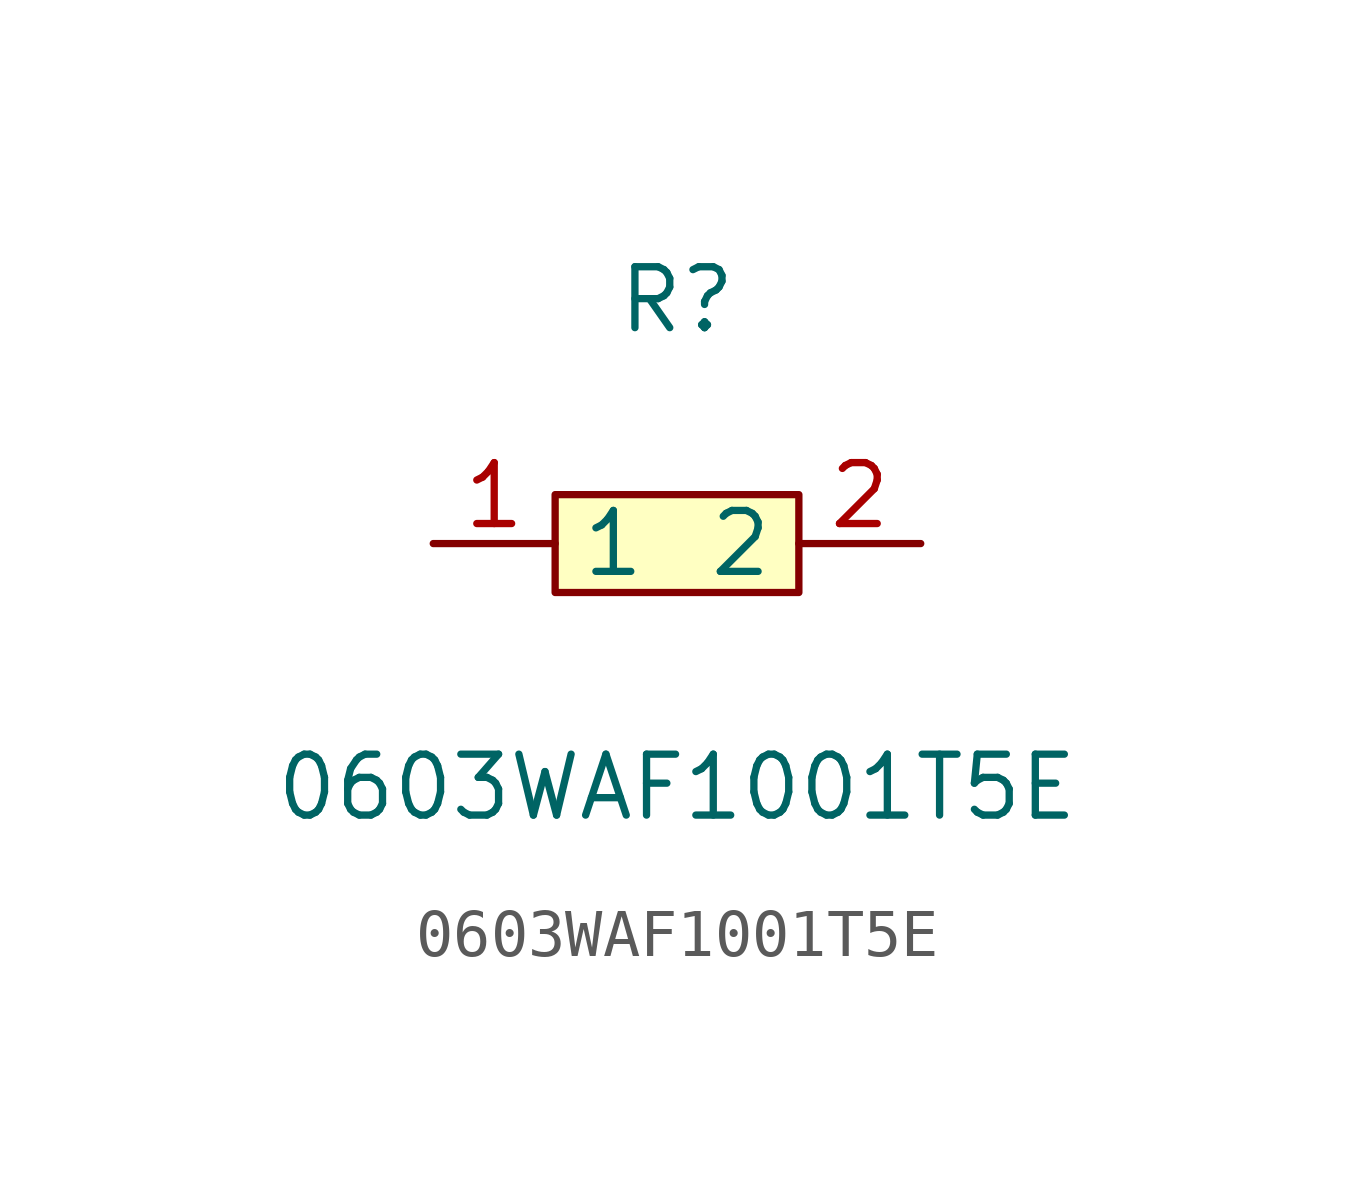
<source format=kicad_sym>
(kicad_symbol_lib
  (version 1)
  (generator "faebryk")
  (symbol "0603WAF1001T5E"
    (property "Reference" "R"
      (at 0 5.08 0)
      (effects (font (size 1.27 1.27)) (hide no)))
    (property "Value" "0603WAF1001T5E"
      (at 0 -5.08 0)
      (effects (font (size 1.27 1.27)) (hide no)))
    (symbol "0603WAF1001T5E_0_1"
      (rectangle (start -2.54 1.02) (end 2.54 -1.02) (stroke (width 0) (type default) (color 0 0 0 0)) (fill (type background)))
      (pin input line (at 5.08 0 180) (length 2.54) (name "2" (effects (font (size 1.27 1.27)) (hide no))) (number "2" (effects (font (size 1.27 1.27)) (hide no))))
      (pin input line (at -5.08 0 0) (length 2.54) (name "1" (effects (font (size 1.27 1.27)) (hide no))) (number "1" (effects (font (size 1.27 1.27)) (hide no)))))))
</source>
